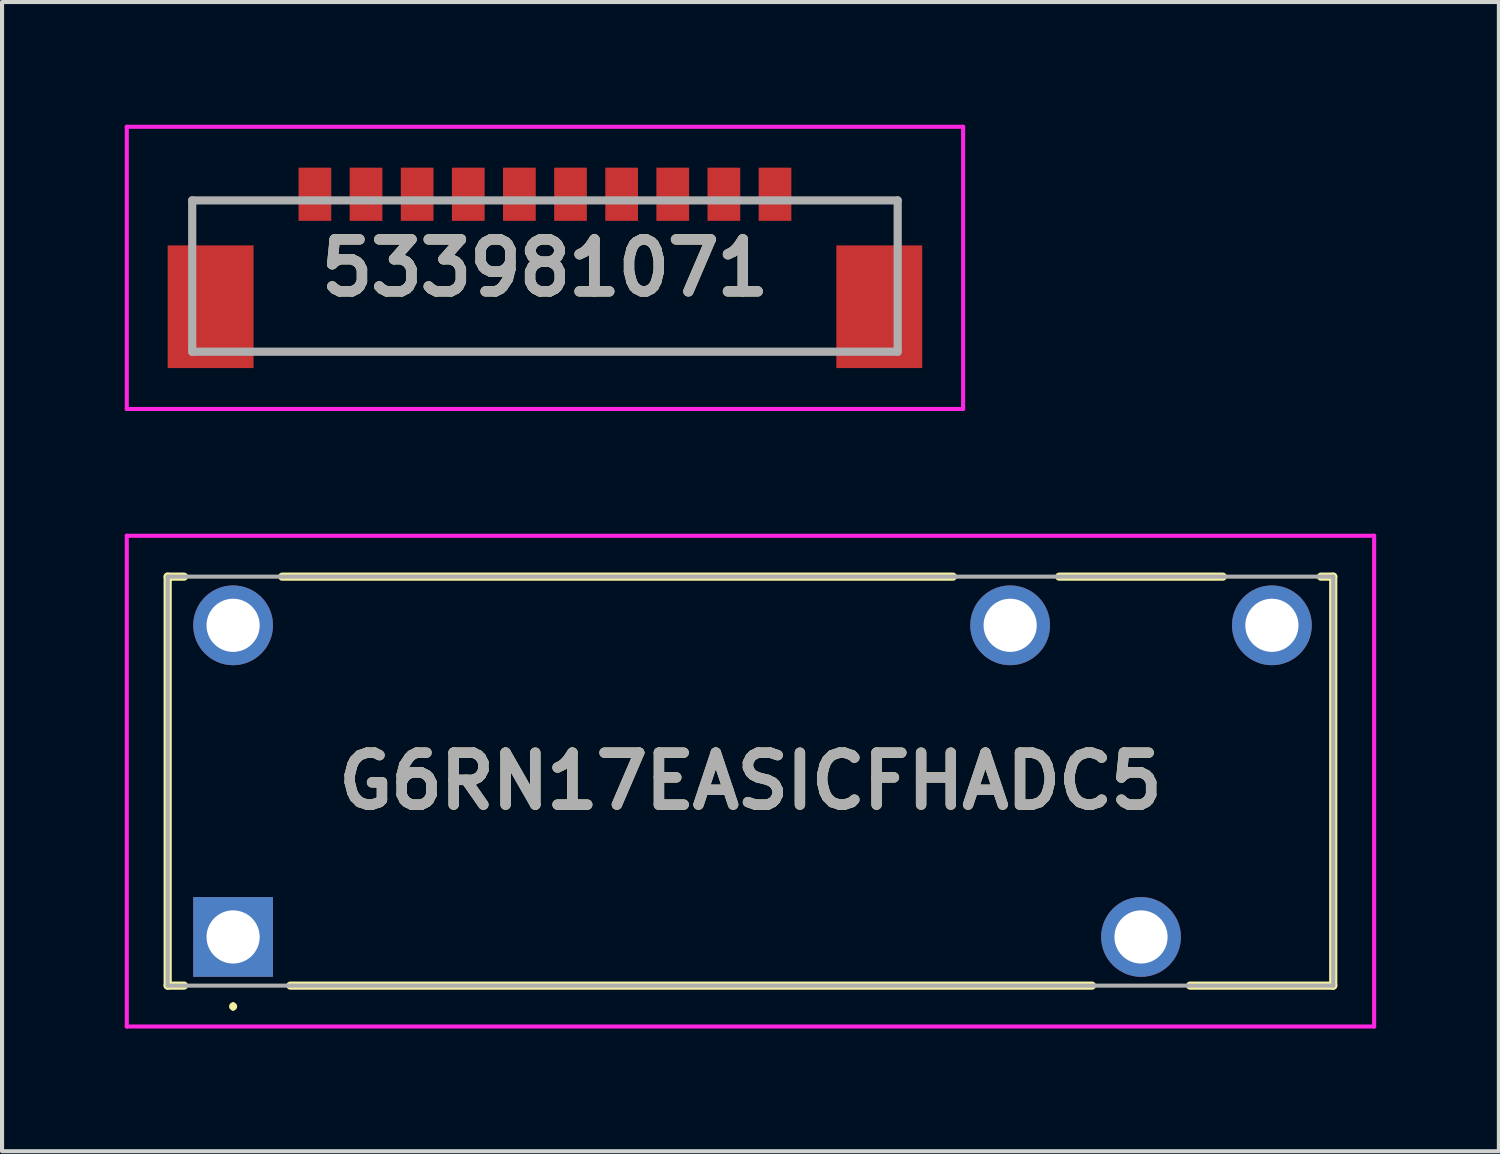
<source format=kicad_pcb>
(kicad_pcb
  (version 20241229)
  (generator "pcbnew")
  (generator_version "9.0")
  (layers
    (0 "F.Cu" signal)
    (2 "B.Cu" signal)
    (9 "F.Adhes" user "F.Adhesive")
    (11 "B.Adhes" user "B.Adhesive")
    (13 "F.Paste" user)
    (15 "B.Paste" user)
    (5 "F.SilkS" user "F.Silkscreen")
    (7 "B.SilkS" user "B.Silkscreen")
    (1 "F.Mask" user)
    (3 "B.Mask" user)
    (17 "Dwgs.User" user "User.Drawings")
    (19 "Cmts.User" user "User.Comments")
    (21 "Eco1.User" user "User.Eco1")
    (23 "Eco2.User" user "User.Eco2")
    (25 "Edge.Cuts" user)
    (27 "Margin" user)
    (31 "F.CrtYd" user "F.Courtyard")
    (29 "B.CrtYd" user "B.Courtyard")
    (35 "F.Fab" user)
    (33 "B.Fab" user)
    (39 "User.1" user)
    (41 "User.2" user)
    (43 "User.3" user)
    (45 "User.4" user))
  (footprint "G6RN17EASICFHADC5"
    (layer "F.Cu")
    (at 2.65 19.86)
    (property "Reference" "G6RN17EASICFHADC5" (at 12.65 -3.81 0) (layer "F.SilkS") (effects (font (size 1.27 1.27) (thickness 0.254))))
    (attr through_hole)
    (fp_line (start -1.6 -8.81) (end -1.6 1.19) (stroke (width 0.2) (type solid)) (layer "F.SilkS"))
    (fp_line (start -1.6 1.19) (end -1.2 1.19) (stroke (width 0.2) (type solid)) (layer "F.SilkS"))
    (fp_line (start -1.2 -8.81) (end -1.6 -8.81) (stroke (width 0.2) (type solid)) (layer "F.SilkS"))
    (fp_line (start 0 1.65) (end 0 1.65) (stroke (width 0.1) (type solid)) (layer "F.SilkS"))
    (fp_line (start 0 1.75) (end 0 1.75) (stroke (width 0.1) (type solid)) (layer "F.SilkS"))
    (fp_line (start 1.4 1.19) (end 21 1.19) (stroke (width 0.2) (type solid)) (layer "F.SilkS"))
    (fp_line (start 17.6 -8.81) (end 1.2 -8.81) (stroke (width 0.2) (type solid)) (layer "F.SilkS"))
    (fp_line (start 23.4 1.19) (end 26.9 1.19) (stroke (width 0.2) (type solid)) (layer "F.SilkS"))
    (fp_line (start 24.2 -8.81) (end 20.2 -8.81) (stroke (width 0.2) (type solid)) (layer "F.SilkS"))
    (fp_line (start 26.9 -8.81) (end 26.6 -8.81) (stroke (width 0.2) (type solid)) (layer "F.SilkS"))
    (fp_line (start 26.9 1.19) (end 26.9 -8.81) (stroke (width 0.2) (type solid)) (layer "F.SilkS"))
    (fp_arc (start 0 1.65) (mid 0.05 1.7) (end 0 1.75) (stroke (width 0.1) (type solid)) (layer "F.SilkS"))
    (fp_arc (start 0 1.75) (mid -0.05 1.7) (end 0 1.65) (stroke (width 0.1) (type solid)) (layer "F.SilkS"))
    (fp_line (start -2.6 -9.81) (end -2.6 2.19) (stroke (width 0.1) (type solid)) (layer "F.CrtYd"))
    (fp_line (start -2.6 2.19) (end 27.9 2.19) (stroke (width 0.1) (type solid)) (layer "F.CrtYd"))
    (fp_line (start 27.9 -9.81) (end -2.6 -9.81) (stroke (width 0.1) (type solid)) (layer "F.CrtYd"))
    (fp_line (start 27.9 2.19) (end 27.9 -9.81) (stroke (width 0.1) (type solid)) (layer "F.CrtYd"))
    (fp_line (start -1.6 -8.81) (end -1.6 1.19) (stroke (width 0.1) (type solid)) (layer "F.Fab"))
    (fp_line (start -1.6 1.19) (end 26.9 1.19) (stroke (width 0.1) (type solid)) (layer "F.Fab"))
    (fp_line (start 26.9 -8.81) (end -1.6 -8.81) (stroke (width 0.1) (type solid)) (layer "F.Fab"))
    (fp_line (start 26.9 1.19) (end 26.9 -8.81) (stroke (width 0.1) (type solid)) (layer "F.Fab"))
    (fp_text user "${REFERENCE}" (at 12.65 -3.81 0) (layer "F.Fab") (effects (font (size 1.27 1.27) (thickness 0.254))))
    (pad "1" thru_hole rect (at 0 0) (size 1.95 1.95) (drill 1.3) (layers "*.Cu" "*.Mask"))
    (pad "2" thru_hole circle (at 22.2 0) (size 1.95 1.95) (drill 1.3) (layers "*.Cu" "*.Mask"))
    (pad "3" thru_hole circle (at 25.4 -7.62) (size 1.95 1.95) (drill 1.3) (layers "*.Cu" "*.Mask"))
    (pad "4" thru_hole circle (at 19 -7.62) (size 1.95 1.95) (drill 1.3) (layers "*.Cu" "*.Mask"))
    (pad "5" thru_hole circle (at 0 -7.62) (size 1.95 1.95) (drill 1.3) (layers "*.Cu" "*.Mask")))
  (footprint "533981071"
    (layer "F.Cu")
    (at 10.275 3.5)
    (property "Reference" "533981071" (at 0 0 0) (layer "F.SilkS") (effects (font (size 1.27 1.27) (thickness 0.254))))
    (attr smd)
    (fp_line (start -8.625 -1.65) (end -8.625 -1.15) (stroke (width 0.1) (type solid)) (layer "F.SilkS"))
    (fp_line (start -7 2.05) (end 7 2.05) (stroke (width 0.1) (type solid)) (layer "F.SilkS"))
    (fp_line (start -6.5 -1.65) (end -8.625 -1.65) (stroke (width 0.1) (type solid)) (layer "F.SilkS"))
    (fp_line (start 6.5 -1.65) (end 8.625 -1.65) (stroke (width 0.1) (type solid)) (layer "F.SilkS"))
    (fp_line (start 8.625 -1.65) (end 8.625 -1.15) (stroke (width 0.1) (type solid)) (layer "F.SilkS"))
    (fp_line (start -10.225 -3.45) (end 10.225 -3.45) (stroke (width 0.1) (type solid)) (layer "F.CrtYd"))
    (fp_line (start -10.225 3.45) (end -10.225 -3.45) (stroke (width 0.1) (type solid)) (layer "F.CrtYd"))
    (fp_line (start 10.225 -3.45) (end 10.225 3.45) (stroke (width 0.1) (type solid)) (layer "F.CrtYd"))
    (fp_line (start 10.225 3.45) (end -10.225 3.45) (stroke (width 0.1) (type solid)) (layer "F.CrtYd"))
    (fp_line (start -8.625 -1.65) (end 8.625 -1.65) (stroke (width 0.2) (type solid)) (layer "F.Fab"))
    (fp_line (start -8.625 2.05) (end -8.625 -1.65) (stroke (width 0.2) (type solid)) (layer "F.Fab"))
    (fp_line (start 8.625 -1.65) (end 8.625 2.05) (stroke (width 0.2) (type solid)) (layer "F.Fab"))
    (fp_line (start 8.625 2.05) (end -8.625 2.05) (stroke (width 0.2) (type solid)) (layer "F.Fab"))
    (fp_text user "${REFERENCE}" (at 0 0 0) (layer "F.Fab") (effects (font (size 1.27 1.27) (thickness 0.254))))
    (pad "1" smd rect (at -5.625 -1.8) (size 0.8 1.3) (layers "F.Cu" "F.Mask" "F.Paste"))
    (pad "2" smd rect (at -4.375 -1.8) (size 0.8 1.3) (layers "F.Cu" "F.Mask" "F.Paste"))
    (pad "3" smd rect (at -3.125 -1.8) (size 0.8 1.3) (layers "F.Cu" "F.Mask" "F.Paste"))
    (pad "4" smd rect (at -1.875 -1.8) (size 0.8 1.3) (layers "F.Cu" "F.Mask" "F.Paste"))
    (pad "5" smd rect (at -0.625 -1.8) (size 0.8 1.3) (layers "F.Cu" "F.Mask" "F.Paste"))
    (pad "6" smd rect (at 0.625 -1.8) (size 0.8 1.3) (layers "F.Cu" "F.Mask" "F.Paste"))
    (pad "7" smd rect (at 1.875 -1.8) (size 0.8 1.3) (layers "F.Cu" "F.Mask" "F.Paste"))
    (pad "8" smd rect (at 3.125 -1.8) (size 0.8 1.3) (layers "F.Cu" "F.Mask" "F.Paste"))
    (pad "9" smd rect (at 4.375 -1.8) (size 0.8 1.3) (layers "F.Cu" "F.Mask" "F.Paste"))
    (pad "10" smd rect (at 5.625 -1.8) (size 0.8 1.3) (layers "F.Cu" "F.Mask" "F.Paste"))
    (pad "11" smd rect (at -8.175 0.95) (size 2.1 3) (layers "F.Cu" "F.Mask" "F.Paste"))
    (pad "11" smd rect (at 8.175 0.95) (size 2.1 3) (layers "F.Cu" "F.Mask" "F.Paste")))
  (gr_rect
    (start -3 -3)
    (end 33.6 25.1)
    (stroke (width 0.1) (type default))
    (fill no)
    (layer "Edge.Cuts")))
</source>
